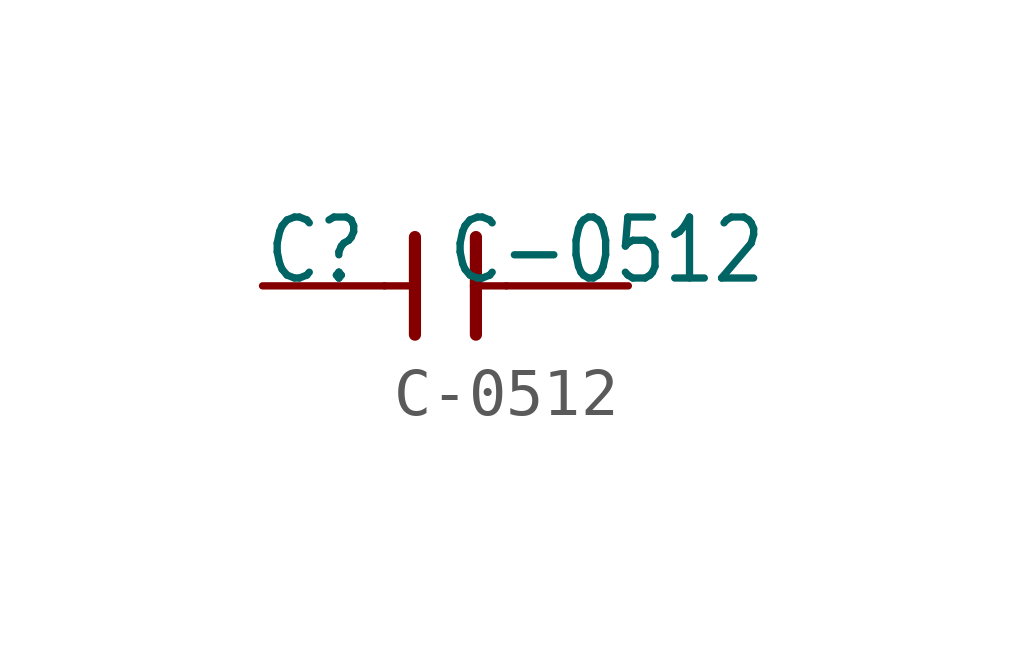
<source format=kicad_sym>
(kicad_symbol_lib
  (version 20211014)
  (generator kicad_symbol_editor)
  (symbol "C-0512"
    (property "Reference" "C"
      (at -3.81 0 0)
      (effects (font (size 1.27 1.079)) (justify left bottom)))
    (property "Value" "C-0512"
      (at 0 0 0)
      (effects (font (size 1.27 1.079)) (justify left bottom)))
    (property "ki_locked" ""
      (at 0 0 0)
      (effects (font (size 1.27 1.27))))
    (symbol "C-0512_1_0"
      (polyline (pts (xy -1.27 0) (xy -0.635 0)) (stroke (width 0.152) (type default) (color 0 0 0 0)) (fill (type none)))
      (polyline (pts (xy -0.635 -1.016) (xy -0.635 0)) (stroke (width 0.254) (type default) (color 0 0 0 0)) (fill (type none)))
      (polyline (pts (xy -0.635 0) (xy -0.635 1.016)) (stroke (width 0.254) (type default) (color 0 0 0 0)) (fill (type none)))
      (polyline (pts (xy 0.635 0) (xy 0.635 -1.016)) (stroke (width 0.254) (type default) (color 0 0 0 0)) (fill (type none)))
      (polyline (pts (xy 0.635 0) (xy 1.27 0)) (stroke (width 0.152) (type default) (color 0 0 0 0)) (fill (type none)))
      (polyline (pts (xy 0.635 1.016) (xy 0.635 0)) (stroke (width 0.254) (type default) (color 0 0 0 0)) (fill (type none)))
      (pin passive line (at -3.81 0 0) (length 2.54) (name "1" (effects (font (size 0 0)))) (number "P$1" (effects (font (size 0 0)))))
      (pin passive line (at 3.81 0 180) (length 2.54) (name "2" (effects (font (size 0 0)))) (number "P$2" (effects (font (size 0 0))))))))
</source>
